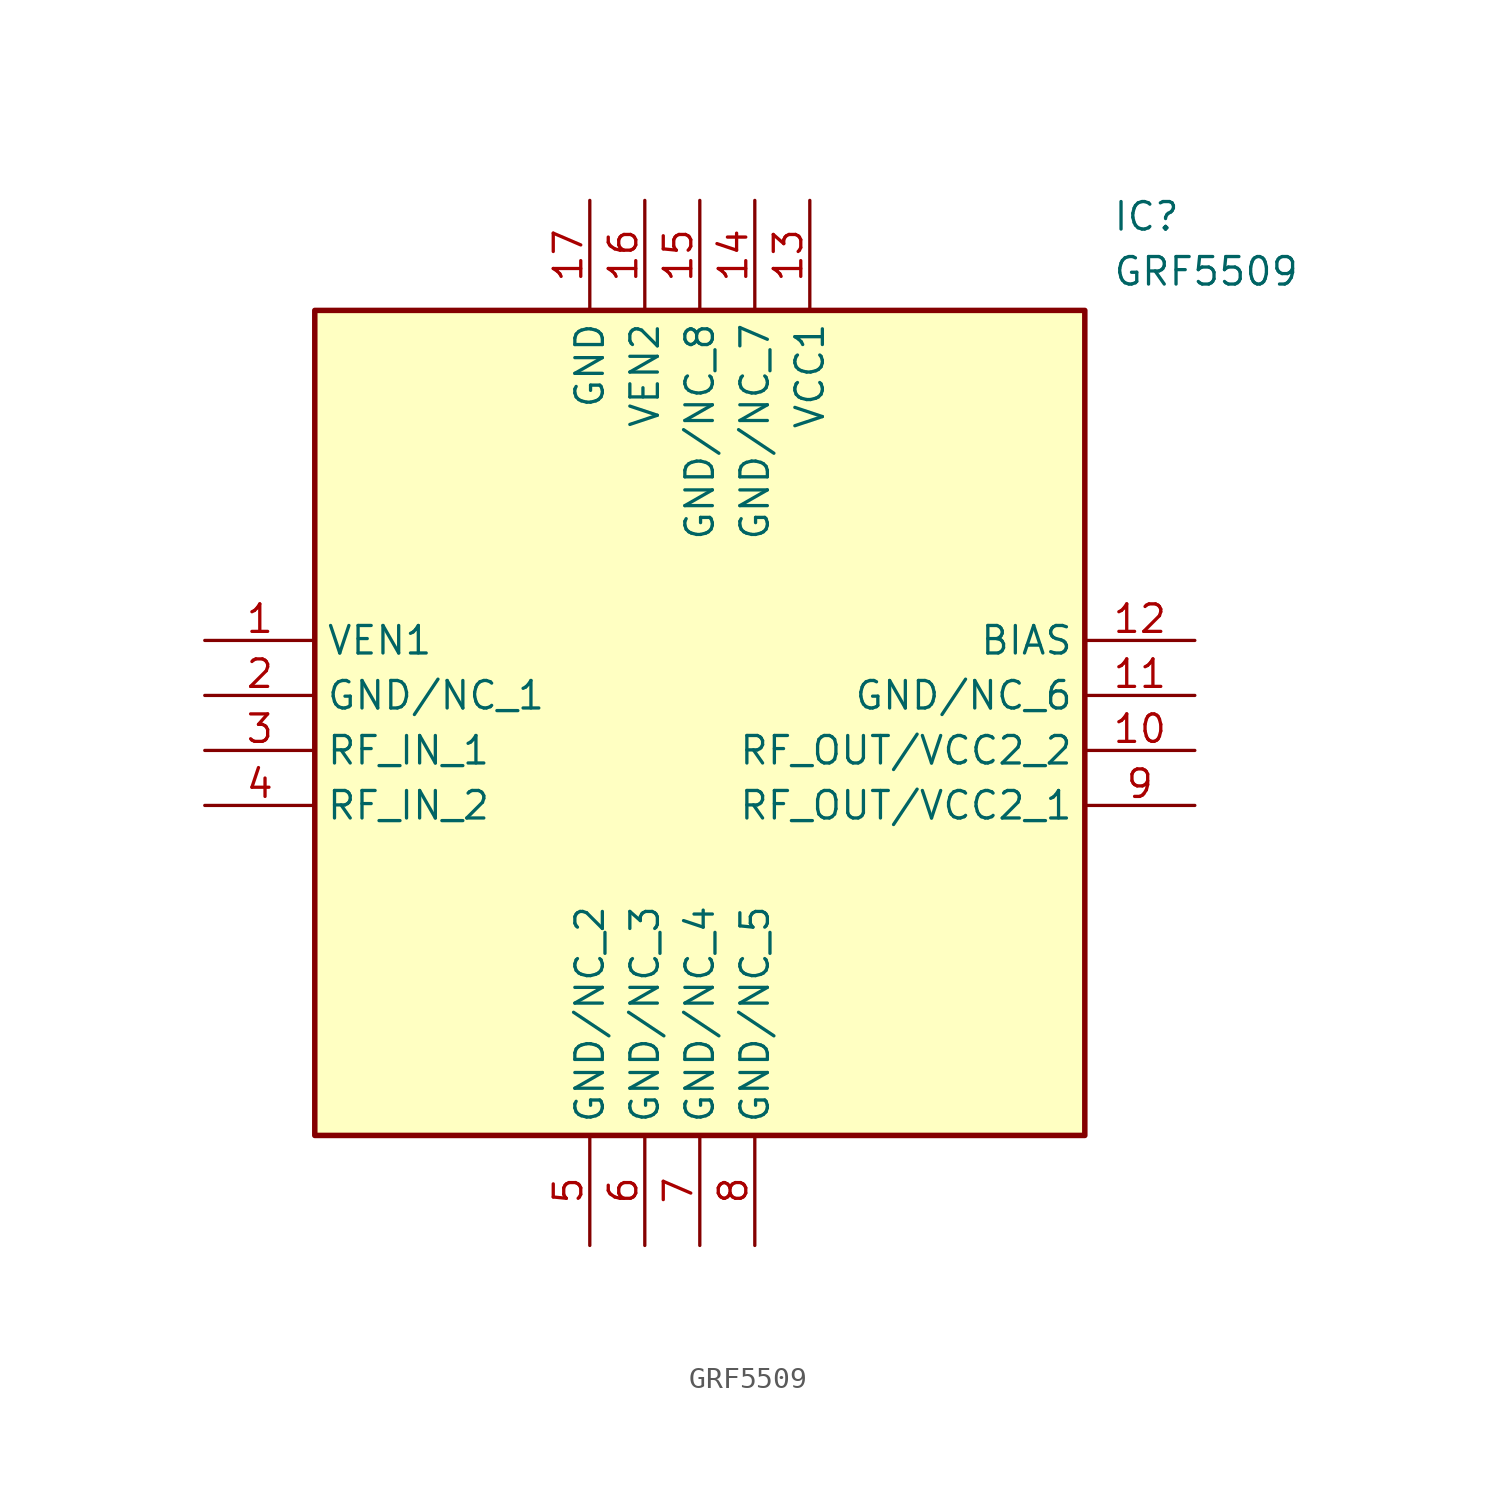
<source format=kicad_sym>
(kicad_symbol_lib
  (version 20211014)
  (generator SamacSys_ECAD_Model)
  (symbol "GRF5509"
    (property "Reference" "IC"
      (at 41.91 20.32 0)
      (effects (font (size 1.27 1.27)) (justify left top)))
    (property "Value" "GRF5509"
      (at 41.91 17.78 0)
      (effects (font (size 1.27 1.27)) (justify left top)))
    (rectangle
      (start 5.08 15.24)
      (end 40.64 -22.86)
      (stroke (width 0.254) (type default))
      (fill (type background)))
    (pin passive line
      (at 0 0 0)
      (length 5.08)
      (name "VEN1" (effects (font (size 1.27 1.27))))
      (number "1" (effects (font (size 1.27 1.27)))))
    (pin passive line
      (at 0 -2.54 0)
      (length 5.08)
      (name "GND/NC_1" (effects (font (size 1.27 1.27))))
      (number "2" (effects (font (size 1.27 1.27)))))
    (pin passive line
      (at 0 -5.08 0)
      (length 5.08)
      (name "RF_IN_1" (effects (font (size 1.27 1.27))))
      (number "3" (effects (font (size 1.27 1.27)))))
    (pin passive line
      (at 0 -7.62 0)
      (length 5.08)
      (name "RF_IN_2" (effects (font (size 1.27 1.27))))
      (number "4" (effects (font (size 1.27 1.27)))))
    (pin passive line
      (at 17.78 -27.94 90)
      (length 5.08)
      (name "GND/NC_2" (effects (font (size 1.27 1.27))))
      (number "5" (effects (font (size 1.27 1.27)))))
    (pin passive line
      (at 20.32 -27.94 90)
      (length 5.08)
      (name "GND/NC_3" (effects (font (size 1.27 1.27))))
      (number "6" (effects (font (size 1.27 1.27)))))
    (pin passive line
      (at 22.86 -27.94 90)
      (length 5.08)
      (name "GND/NC_4" (effects (font (size 1.27 1.27))))
      (number "7" (effects (font (size 1.27 1.27)))))
    (pin passive line
      (at 25.4 -27.94 90)
      (length 5.08)
      (name "GND/NC_5" (effects (font (size 1.27 1.27))))
      (number "8" (effects (font (size 1.27 1.27)))))
    (pin passive line
      (at 45.72 0 180)
      (length 5.08)
      (name "BIAS" (effects (font (size 1.27 1.27))))
      (number "12" (effects (font (size 1.27 1.27)))))
    (pin passive line
      (at 45.72 -2.54 180)
      (length 5.08)
      (name "GND/NC_6" (effects (font (size 1.27 1.27))))
      (number "11" (effects (font (size 1.27 1.27)))))
    (pin passive line
      (at 45.72 -5.08 180)
      (length 5.08)
      (name "RF_OUT/VCC2_2" (effects (font (size 1.27 1.27))))
      (number "10" (effects (font (size 1.27 1.27)))))
    (pin passive line
      (at 45.72 -7.62 180)
      (length 5.08)
      (name "RF_OUT/VCC2_1" (effects (font (size 1.27 1.27))))
      (number "9" (effects (font (size 1.27 1.27)))))
    (pin passive line
      (at 17.78 20.32 270)
      (length 5.08)
      (name "GND" (effects (font (size 1.27 1.27))))
      (number "17" (effects (font (size 1.27 1.27)))))
    (pin passive line
      (at 20.32 20.32 270)
      (length 5.08)
      (name "VEN2" (effects (font (size 1.27 1.27))))
      (number "16" (effects (font (size 1.27 1.27)))))
    (pin passive line
      (at 22.86 20.32 270)
      (length 5.08)
      (name "GND/NC_8" (effects (font (size 1.27 1.27))))
      (number "15" (effects (font (size 1.27 1.27)))))
    (pin passive line
      (at 25.4 20.32 270)
      (length 5.08)
      (name "GND/NC_7" (effects (font (size 1.27 1.27))))
      (number "14" (effects (font (size 1.27 1.27)))))
    (pin passive line
      (at 27.94 20.32 270)
      (length 5.08)
      (name "VCC1" (effects (font (size 1.27 1.27))))
      (number "13" (effects (font (size 1.27 1.27)))))))
</source>
